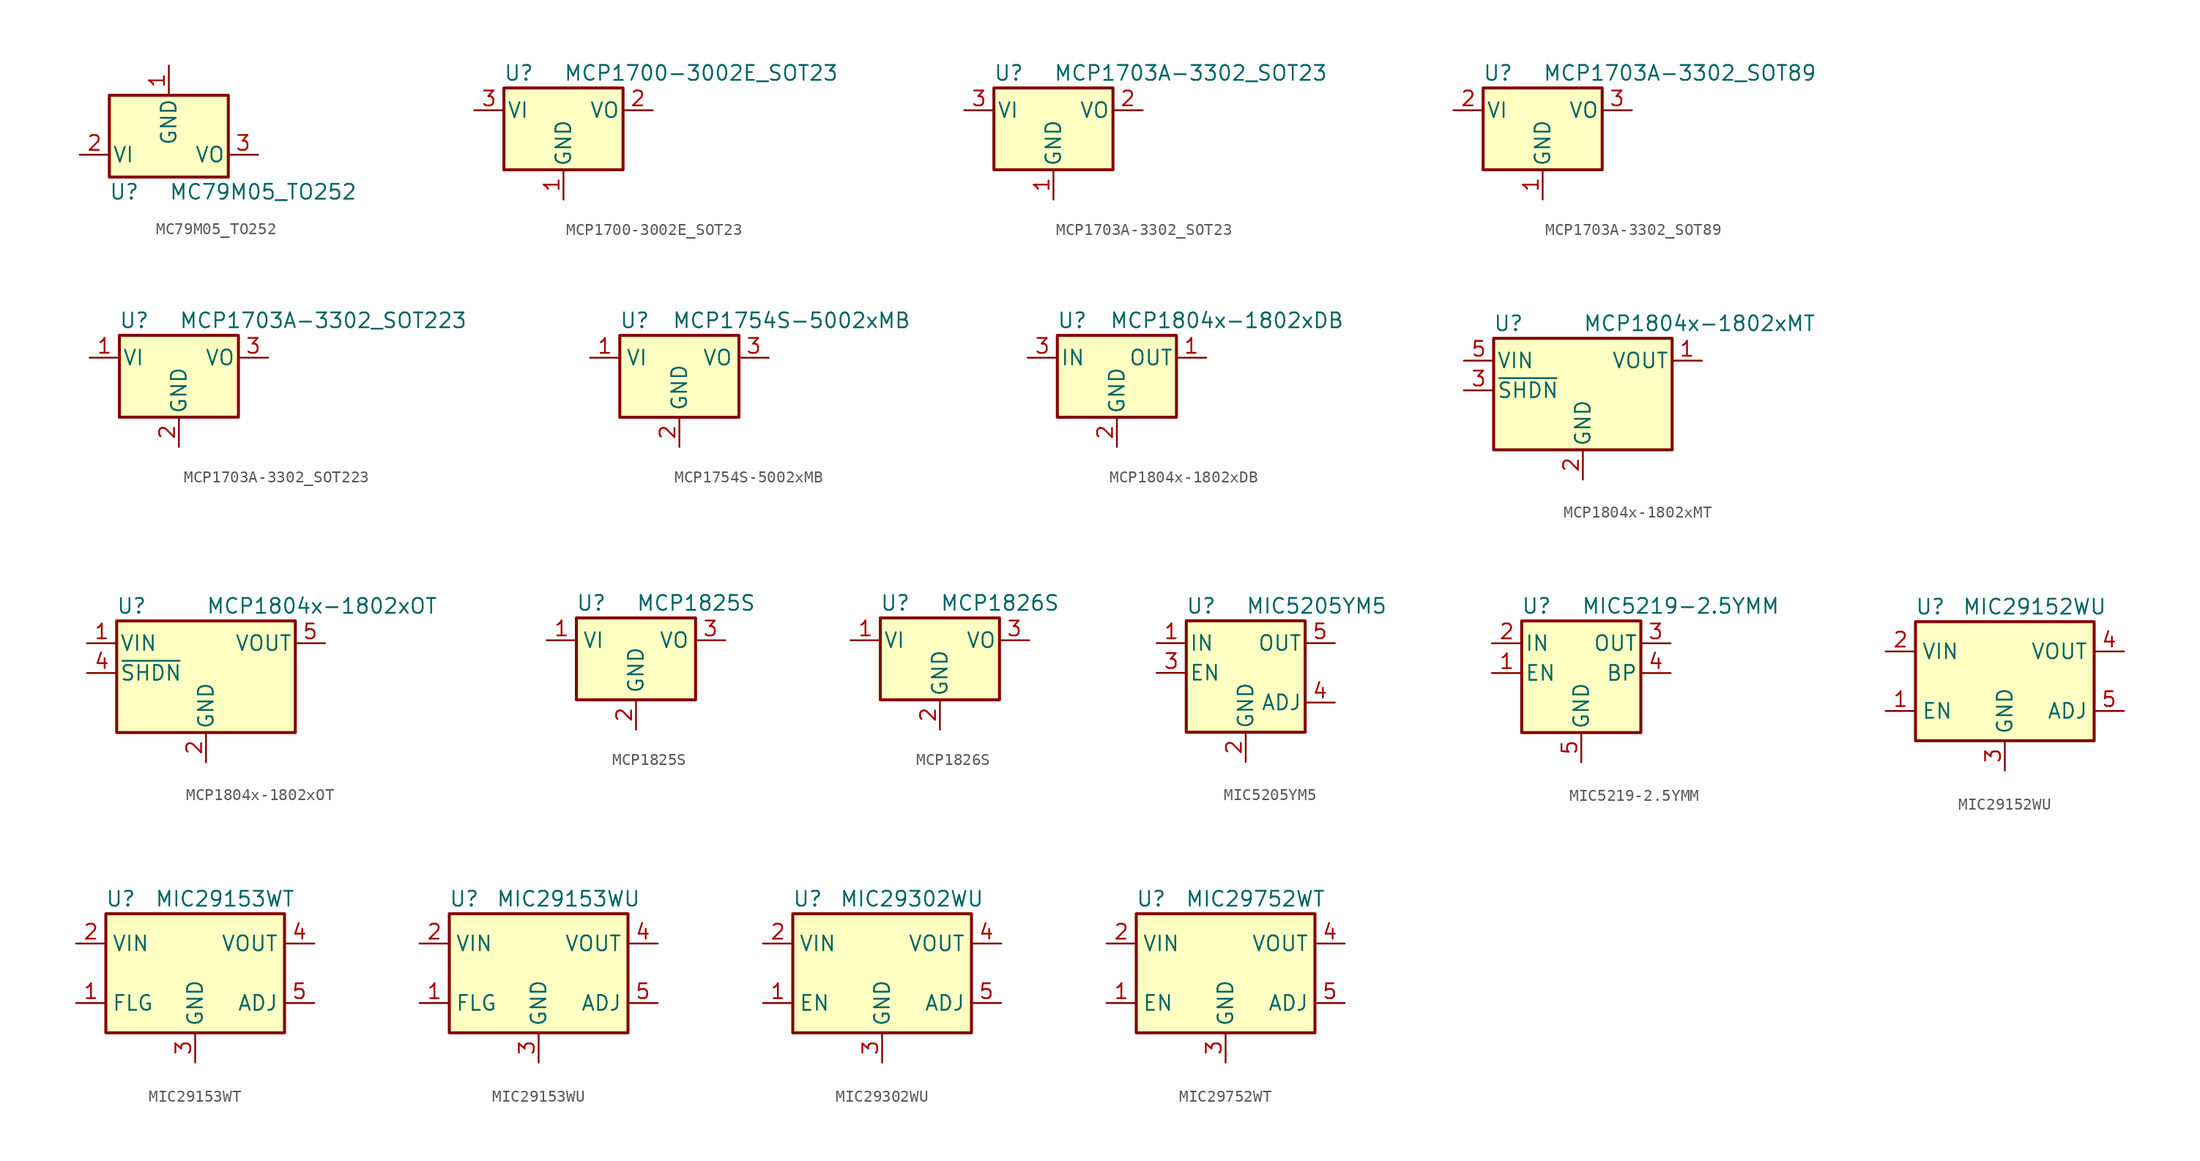
<source format=kicad_sym>
(kicad_symbol_lib
  (version 20220914)
  (generator kicad_symbol_editor)
  (symbol "MC79M05_TO252"
    (pin_names
      (offset 0.254))
    (property "Reference" "U"
      (at -3.81 -3.175 0)
      (effects (font (size 1.27 1.27))))
    (property "Value" "MC79M05_TO252"
      (at 0 -3.175 0)
      (effects (font (size 1.27 1.27)) (justify left)))
    (symbol "MC79M05_TO252_0_1"
      (rectangle (start -5.08 5.08) (end 5.08 -1.905) (stroke (width 0.254) (type solid)) (fill (type background))))
    (symbol "MC79M05_TO252_1_1"
      (pin power_in line (at 0 7.62 270) (length 2.54) (name "GND" (effects (font (size 1.27 1.27)))) (number "1" (effects (font (size 1.27 1.27)))))
      (pin power_in line (at -7.62 0 0) (length 2.54) (name "VI" (effects (font (size 1.27 1.27)))) (number "2" (effects (font (size 1.27 1.27)))))
      (pin power_out line (at 7.62 0 180) (length 2.54) (name "VO" (effects (font (size 1.27 1.27)))) (number "3" (effects (font (size 1.27 1.27)))))))
  (symbol "MCP1700-3002E_SOT23"
    (pin_names
      (offset 0.254))
    (property "Reference" "U"
      (at -3.81 3.175 0)
      (effects (font (size 1.27 1.27))))
    (property "Value" "MCP1700-3002E_SOT23"
      (at 0 3.175 0)
      (effects (font (size 1.27 1.27)) (justify left)))
    (symbol "MCP1700-3002E_SOT23_0_1"
      (rectangle (start -5.08 1.905) (end 5.08 -5.08) (stroke (width 0.254) (type solid)) (fill (type background))))
    (symbol "MCP1700-3002E_SOT23_1_1"
      (pin power_in line (at 0 -7.62 90) (length 2.54) (name "GND" (effects (font (size 1.27 1.27)))) (number "1" (effects (font (size 1.27 1.27)))))
      (pin power_out line (at 7.62 0 180) (length 2.54) (name "VO" (effects (font (size 1.27 1.27)))) (number "2" (effects (font (size 1.27 1.27)))))
      (pin power_in line (at -7.62 0 0) (length 2.54) (name "VI" (effects (font (size 1.27 1.27)))) (number "3" (effects (font (size 1.27 1.27)))))))
  (symbol "MCP1703A-3302_SOT23"
    (pin_names
      (offset 0.254))
    (property "Reference" "U"
      (at -3.81 3.175 0)
      (effects (font (size 1.27 1.27))))
    (property "Value" "MCP1703A-3302_SOT23"
      (at 0 3.175 0)
      (effects (font (size 1.27 1.27)) (justify left)))
    (symbol "MCP1703A-3302_SOT23_0_1"
      (rectangle (start -5.08 -5.08) (end 5.08 1.905) (stroke (width 0.254) (type solid)) (fill (type background))))
    (symbol "MCP1703A-3302_SOT23_1_1"
      (pin power_in line (at 0 -7.62 90) (length 2.54) (name "GND" (effects (font (size 1.27 1.27)))) (number "1" (effects (font (size 1.27 1.27)))))
      (pin power_out line (at 7.62 0 180) (length 2.54) (name "VO" (effects (font (size 1.27 1.27)))) (number "2" (effects (font (size 1.27 1.27)))))
      (pin power_in line (at -7.62 0 0) (length 2.54) (name "VI" (effects (font (size 1.27 1.27)))) (number "3" (effects (font (size 1.27 1.27)))))))
  (symbol "MCP1703A-3302_SOT89"
    (pin_names
      (offset 0.254))
    (property "Reference" "U"
      (at -3.81 3.175 0)
      (effects (font (size 1.27 1.27))))
    (property "Value" "MCP1703A-3302_SOT89"
      (at 0 3.175 0)
      (effects (font (size 1.27 1.27)) (justify left)))
    (symbol "MCP1703A-3302_SOT89_0_1"
      (rectangle (start -5.08 -5.08) (end 5.08 1.905) (stroke (width 0.254) (type solid)) (fill (type background))))
    (symbol "MCP1703A-3302_SOT89_1_1"
      (pin power_in line (at 0 -7.62 90) (length 2.54) (name "GND" (effects (font (size 1.27 1.27)))) (number "1" (effects (font (size 1.27 1.27)))))
      (pin power_in line (at -7.62 0 0) (length 2.54) (name "VI" (effects (font (size 1.27 1.27)))) (number "2" (effects (font (size 1.27 1.27)))))
      (pin power_out line (at 7.62 0 180) (length 2.54) (name "VO" (effects (font (size 1.27 1.27)))) (number "3" (effects (font (size 1.27 1.27)))))))
  (symbol "MCP1703A-3302_SOT223"
    (pin_names
      (offset 0.254))
    (property "Reference" "U"
      (at -3.81 3.175 0)
      (effects (font (size 1.27 1.27))))
    (property "Value" "MCP1703A-3302_SOT223"
      (at 0 3.175 0)
      (effects (font (size 1.27 1.27)) (justify left)))
    (symbol "MCP1703A-3302_SOT223_0_1"
      (rectangle (start -5.08 -5.08) (end 5.08 1.905) (stroke (width 0.254) (type solid)) (fill (type background))))
    (symbol "MCP1703A-3302_SOT223_1_1"
      (pin power_in line (at -7.62 0 0) (length 2.54) (name "VI" (effects (font (size 1.27 1.27)))) (number "1" (effects (font (size 1.27 1.27)))))
      (pin power_in line (at 0 -7.62 90) (length 2.54) (name "GND" (effects (font (size 1.27 1.27)))) (number "2" (effects (font (size 1.27 1.27)))))
      (pin power_out line (at 7.62 0 180) (length 2.54) (name "VO" (effects (font (size 1.27 1.27)))) (number "3" (effects (font (size 1.27 1.27)))))))
  (symbol "MCP1754S-5002xMB"
    (property "Reference" "U"
      (at -3.81 3.175 0)
      (effects (font (size 1.27 1.27))))
    (property "Value" "MCP1754S-5002xMB"
      (at -0.635 3.175 0)
      (effects (font (size 1.27 1.27)) (justify left)))
    (symbol "MCP1754S-5002xMB_0_1"
      (rectangle (start -5.08 -5.08) (end 5.08 1.905) (stroke (width 0.254) (type solid)) (fill (type background))))
    (symbol "MCP1754S-5002xMB_1_1"
      (pin power_in line (at -7.62 0 0) (length 2.54) (name "VI" (effects (font (size 1.27 1.27)))) (number "1" (effects (font (size 1.27 1.27)))))
      (pin power_in line (at 0 -7.62 90) (length 2.54) (name "GND" (effects (font (size 1.27 1.27)))) (number "2" (effects (font (size 1.27 1.27)))))
      (pin power_out line (at 7.62 0 180) (length 2.54) (name "VO" (effects (font (size 1.27 1.27)))) (number "3" (effects (font (size 1.27 1.27)))))))
  (symbol "MCP1804x-1802xDB"
    (pin_names
      (offset 0.254))
    (property "Reference" "U"
      (at -3.81 3.175 0)
      (effects (font (size 1.27 1.27))))
    (property "Value" "MCP1804x-1802xDB"
      (at -0.635 3.175 0)
      (effects (font (size 1.27 1.27)) (justify left)))
    (symbol "MCP1804x-1802xDB_0_1"
      (rectangle (start -5.08 1.905) (end 5.08 -5.08) (stroke (width 0.254) (type solid)) (fill (type background))))
    (symbol "MCP1804x-1802xDB_1_1"
      (pin power_out line (at 7.62 0 180) (length 2.54) (name "OUT" (effects (font (size 1.27 1.27)))) (number "1" (effects (font (size 1.27 1.27)))))
      (pin power_in line (at 0 -7.62 90) (length 2.54) (name "GND" (effects (font (size 1.27 1.27)))) (number "2" (effects (font (size 1.27 1.27)))))
      (pin power_in line (at -7.62 0 0) (length 2.54) (name "IN" (effects (font (size 1.27 1.27)))) (number "3" (effects (font (size 1.27 1.27)))))))
  (symbol "MCP1804x-1802xMT"
    (pin_names
      (offset 0.254))
    (property "Reference" "U"
      (at -6.35 5.715 0)
      (effects (font (size 1.27 1.27))))
    (property "Value" "MCP1804x-1802xMT"
      (at 0 5.715 0)
      (effects (font (size 1.27 1.27)) (justify left)))
    (symbol "MCP1804x-1802xMT_0_1"
      (rectangle (start -7.62 -5.08) (end 7.62 4.445) (stroke (width 0.254) (type solid)) (fill (type background))))
    (symbol "MCP1804x-1802xMT_1_1"
      (pin power_out line (at 10.16 2.54 180) (length 2.54) (name "VOUT" (effects (font (size 1.27 1.27)))) (number "1" (effects (font (size 1.27 1.27)))))
      (pin power_in line (at 0 -7.62 90) (length 2.54) (name "GND" (effects (font (size 1.27 1.27)))) (number "2" (effects (font (size 1.27 1.27)))))
      (pin input line (at -10.16 0 0) (length 2.54) (name "~{SHDN}" (effects (font (size 1.27 1.27)))) (number "3" (effects (font (size 1.27 1.27)))))
      (pin no_connect line (at 7.62 0 180) (length 2.54) hide (name "NC" (effects (font (size 1.27 1.27)))) (number "4" (effects (font (size 1.27 1.27)))))
      (pin power_in line (at -10.16 2.54 0) (length 2.54) (name "VIN" (effects (font (size 1.27 1.27)))) (number "5" (effects (font (size 1.27 1.27)))))))
  (symbol "MCP1804x-1802xOT"
    (pin_names
      (offset 0.254))
    (property "Reference" "U"
      (at -6.35 5.715 0)
      (effects (font (size 1.27 1.27))))
    (property "Value" "MCP1804x-1802xOT"
      (at 0 5.715 0)
      (effects (font (size 1.27 1.27)) (justify left)))
    (symbol "MCP1804x-1802xOT_0_1"
      (rectangle (start -7.62 -5.08) (end 7.62 4.445) (stroke (width 0.254) (type solid)) (fill (type background))))
    (symbol "MCP1804x-1802xOT_1_1"
      (pin power_in line (at -10.16 2.54 0) (length 2.54) (name "VIN" (effects (font (size 1.27 1.27)))) (number "1" (effects (font (size 1.27 1.27)))))
      (pin power_in line (at 0 -7.62 90) (length 2.54) (name "GND" (effects (font (size 1.27 1.27)))) (number "2" (effects (font (size 1.27 1.27)))))
      (pin no_connect line (at 7.62 0 180) (length 2.54) hide (name "NC" (effects (font (size 1.27 1.27)))) (number "3" (effects (font (size 1.27 1.27)))))
      (pin input line (at -10.16 0 0) (length 2.54) (name "~{SHDN}" (effects (font (size 1.27 1.27)))) (number "4" (effects (font (size 1.27 1.27)))))
      (pin power_out line (at 10.16 2.54 180) (length 2.54) (name "VOUT" (effects (font (size 1.27 1.27)))) (number "5" (effects (font (size 1.27 1.27)))))))
  (symbol "MCP1825S"
    (property "Reference" "U"
      (at -3.81 3.175 0)
      (effects (font (size 1.27 1.27))))
    (property "Value" "MCP1825S"
      (at 0 3.175 0)
      (effects (font (size 1.27 1.27)) (justify left)))
    (symbol "MCP1825S_0_1"
      (rectangle (start -5.08 1.905) (end 5.08 -5.08) (stroke (width 0.254) (type solid)) (fill (type background))))
    (symbol "MCP1825S_1_1"
      (pin power_in line (at -7.62 0 0) (length 2.54) (name "VI" (effects (font (size 1.27 1.27)))) (number "1" (effects (font (size 1.27 1.27)))))
      (pin power_in line (at 0 -7.62 90) (length 2.54) (name "GND" (effects (font (size 1.27 1.27)))) (number "2" (effects (font (size 1.27 1.27)))))
      (pin power_out line (at 7.62 0 180) (length 2.54) (name "VO" (effects (font (size 1.27 1.27)))) (number "3" (effects (font (size 1.27 1.27)))))))
  (symbol "MCP1826S"
    (pin_names
      (offset 0.254))
    (property "Reference" "U"
      (at -3.81 3.175 0)
      (effects (font (size 1.27 1.27))))
    (property "Value" "MCP1826S"
      (at 0 3.175 0)
      (effects (font (size 1.27 1.27)) (justify left)))
    (symbol "MCP1826S_0_1"
      (rectangle (start -5.08 1.905) (end 5.08 -5.08) (stroke (width 0.254) (type solid)) (fill (type background))))
    (symbol "MCP1826S_1_1"
      (pin power_in line (at -7.62 0 0) (length 2.54) (name "VI" (effects (font (size 1.27 1.27)))) (number "1" (effects (font (size 1.27 1.27)))))
      (pin power_in line (at 0 -7.62 90) (length 2.54) (name "GND" (effects (font (size 1.27 1.27)))) (number "2" (effects (font (size 1.27 1.27)))))
      (pin power_out line (at 7.62 0 180) (length 2.54) (name "VO" (effects (font (size 1.27 1.27)))) (number "3" (effects (font (size 1.27 1.27)))))))
  (symbol "MIC5205YM5"
    (pin_names
      (offset 0.254))
    (property "Reference" "U"
      (at -3.81 5.715 0)
      (effects (font (size 1.27 1.27))))
    (property "Value" "MIC5205YM5"
      (at 0 5.715 0)
      (effects (font (size 1.27 1.27)) (justify left)))
    (symbol "MIC5205YM5_0_1"
      (rectangle (start -5.08 4.445) (end 5.08 -5.08) (stroke (width 0.254) (type solid)) (fill (type background))))
    (symbol "MIC5205YM5_1_1"
      (pin power_in line (at -7.62 2.54 0) (length 2.54) (name "IN" (effects (font (size 1.27 1.27)))) (number "1" (effects (font (size 1.27 1.27)))))
      (pin power_in line (at 0 -7.62 90) (length 2.54) (name "GND" (effects (font (size 1.27 1.27)))) (number "2" (effects (font (size 1.27 1.27)))))
      (pin input line (at -7.62 0 0) (length 2.54) (name "EN" (effects (font (size 1.27 1.27)))) (number "3" (effects (font (size 1.27 1.27)))))
      (pin input line (at 7.62 -2.54 180) (length 2.54) (name "ADJ" (effects (font (size 1.27 1.27)))) (number "4" (effects (font (size 1.27 1.27)))))
      (pin power_out line (at 7.62 2.54 180) (length 2.54) (name "OUT" (effects (font (size 1.27 1.27)))) (number "5" (effects (font (size 1.27 1.27)))))))
  (symbol "MIC5219-2.5YMM"
    (pin_names
      (offset 0.254))
    (property "Reference" "U"
      (at -3.81 5.715 0)
      (effects (font (size 1.27 1.27))))
    (property "Value" "MIC5219-2.5YMM"
      (at 0 5.715 0)
      (effects (font (size 1.27 1.27)) (justify left)))
    (symbol "MIC5219-2.5YMM_0_1"
      (rectangle (start -5.08 4.445) (end 5.08 -5.08) (stroke (width 0.254) (type solid)) (fill (type background))))
    (symbol "MIC5219-2.5YMM_1_1"
      (pin input line (at -7.62 0 0) (length 2.54) (name "EN" (effects (font (size 1.27 1.27)))) (number "1" (effects (font (size 1.27 1.27)))))
      (pin power_in line (at -7.62 2.54 0) (length 2.54) (name "IN" (effects (font (size 1.27 1.27)))) (number "2" (effects (font (size 1.27 1.27)))))
      (pin power_out line (at 7.62 2.54 180) (length 2.54) (name "OUT" (effects (font (size 1.27 1.27)))) (number "3" (effects (font (size 1.27 1.27)))))
      (pin input line (at 7.62 0 180) (length 2.54) (name "BP" (effects (font (size 1.27 1.27)))) (number "4" (effects (font (size 1.27 1.27)))))
      (pin power_in line (at 0 -7.62 90) (length 2.54) (name "GND" (effects (font (size 1.27 1.27)))) (number "5" (effects (font (size 1.27 1.27)))))
      (pin passive line (at 0 -7.62 90) (length 2.54) hide (name "GND" (effects (font (size 1.27 1.27)))) (number "6" (effects (font (size 1.27 1.27)))))
      (pin passive line (at 0 -7.62 90) (length 2.54) hide (name "GND" (effects (font (size 1.27 1.27)))) (number "7" (effects (font (size 1.27 1.27)))))
      (pin passive line (at 0 -7.62 90) (length 2.54) hide (name "GND" (effects (font (size 1.27 1.27)))) (number "8" (effects (font (size 1.27 1.27)))))))
  (symbol "MIC29152WU"
    (property "Reference" "U"
      (at -6.35 6.35 0)
      (effects (font (size 1.27 1.27))))
    (property "Value" "MIC29152WU"
      (at 2.54 6.35 0)
      (effects (font (size 1.27 1.27))))
    (symbol "MIC29152WU_1_1"
      (rectangle (start -7.62 5.08) (end 7.62 -5.08) (stroke (width 0.254) (type solid)) (fill (type background)))
      (pin input line (at -10.16 -2.54 0) (length 2.54) (name "EN" (effects (font (size 1.27 1.27)))) (number "1" (effects (font (size 1.27 1.27)))))
      (pin power_in line (at -10.16 2.54 0) (length 2.54) (name "VIN" (effects (font (size 1.27 1.27)))) (number "2" (effects (font (size 1.27 1.27)))))
      (pin power_in line (at 0 -7.62 90) (length 2.54) (name "GND" (effects (font (size 1.27 1.27)))) (number "3" (effects (font (size 1.27 1.27)))))
      (pin power_out line (at 10.16 2.54 180) (length 2.54) (name "VOUT" (effects (font (size 1.27 1.27)))) (number "4" (effects (font (size 1.27 1.27)))))
      (pin input line (at 10.16 -2.54 180) (length 2.54) (name "ADJ" (effects (font (size 1.27 1.27)))) (number "5" (effects (font (size 1.27 1.27)))))))
  (symbol "MIC29153WT"
    (property "Reference" "U"
      (at -6.35 6.35 0)
      (effects (font (size 1.27 1.27))))
    (property "Value" "MIC29153WT"
      (at 2.54 6.35 0)
      (effects (font (size 1.27 1.27))))
    (symbol "MIC29153WT_1_1"
      (rectangle (start -7.62 5.08) (end 7.62 -5.08) (stroke (width 0.254) (type solid)) (fill (type background)))
      (pin open_collector line (at -10.16 -2.54 0) (length 2.54) (name "FLG" (effects (font (size 1.27 1.27)))) (number "1" (effects (font (size 1.27 1.27)))))
      (pin power_in line (at -10.16 2.54 0) (length 2.54) (name "VIN" (effects (font (size 1.27 1.27)))) (number "2" (effects (font (size 1.27 1.27)))))
      (pin power_in line (at 0 -7.62 90) (length 2.54) (name "GND" (effects (font (size 1.27 1.27)))) (number "3" (effects (font (size 1.27 1.27)))))
      (pin power_out line (at 10.16 2.54 180) (length 2.54) (name "VOUT" (effects (font (size 1.27 1.27)))) (number "4" (effects (font (size 1.27 1.27)))))
      (pin input line (at 10.16 -2.54 180) (length 2.54) (name "ADJ" (effects (font (size 1.27 1.27)))) (number "5" (effects (font (size 1.27 1.27)))))))
  (symbol "MIC29153WU"
    (property "Reference" "U"
      (at -6.35 6.35 0)
      (effects (font (size 1.27 1.27))))
    (property "Value" "MIC29153WU"
      (at 2.54 6.35 0)
      (effects (font (size 1.27 1.27))))
    (symbol "MIC29153WU_1_1"
      (rectangle (start -7.62 5.08) (end 7.62 -5.08) (stroke (width 0.254) (type solid)) (fill (type background)))
      (pin open_collector line (at -10.16 -2.54 0) (length 2.54) (name "FLG" (effects (font (size 1.27 1.27)))) (number "1" (effects (font (size 1.27 1.27)))))
      (pin power_in line (at -10.16 2.54 0) (length 2.54) (name "VIN" (effects (font (size 1.27 1.27)))) (number "2" (effects (font (size 1.27 1.27)))))
      (pin power_in line (at 0 -7.62 90) (length 2.54) (name "GND" (effects (font (size 1.27 1.27)))) (number "3" (effects (font (size 1.27 1.27)))))
      (pin power_out line (at 10.16 2.54 180) (length 2.54) (name "VOUT" (effects (font (size 1.27 1.27)))) (number "4" (effects (font (size 1.27 1.27)))))
      (pin input line (at 10.16 -2.54 180) (length 2.54) (name "ADJ" (effects (font (size 1.27 1.27)))) (number "5" (effects (font (size 1.27 1.27)))))))
  (symbol "MIC29302WU"
    (property "Reference" "U"
      (at -6.35 6.35 0)
      (effects (font (size 1.27 1.27))))
    (property "Value" "MIC29302WU"
      (at 2.54 6.35 0)
      (effects (font (size 1.27 1.27))))
    (symbol "MIC29302WU_1_1"
      (rectangle (start -7.62 5.08) (end 7.62 -5.08) (stroke (width 0.254) (type solid)) (fill (type background)))
      (pin input line (at -10.16 -2.54 0) (length 2.54) (name "EN" (effects (font (size 1.27 1.27)))) (number "1" (effects (font (size 1.27 1.27)))))
      (pin power_in line (at -10.16 2.54 0) (length 2.54) (name "VIN" (effects (font (size 1.27 1.27)))) (number "2" (effects (font (size 1.27 1.27)))))
      (pin power_in line (at 0 -7.62 90) (length 2.54) (name "GND" (effects (font (size 1.27 1.27)))) (number "3" (effects (font (size 1.27 1.27)))))
      (pin power_out line (at 10.16 2.54 180) (length 2.54) (name "VOUT" (effects (font (size 1.27 1.27)))) (number "4" (effects (font (size 1.27 1.27)))))
      (pin input line (at 10.16 -2.54 180) (length 2.54) (name "ADJ" (effects (font (size 1.27 1.27)))) (number "5" (effects (font (size 1.27 1.27)))))))
  (symbol "MIC29752WT"
    (property "Reference" "U"
      (at -6.35 6.35 0)
      (effects (font (size 1.27 1.27))))
    (property "Value" "MIC29752WT"
      (at 2.54 6.35 0)
      (effects (font (size 1.27 1.27))))
    (symbol "MIC29752WT_1_1"
      (rectangle (start -7.62 5.08) (end 7.62 -5.08) (stroke (width 0.254) (type solid)) (fill (type background)))
      (pin input line (at -10.16 -2.54 0) (length 2.54) (name "EN" (effects (font (size 1.27 1.27)))) (number "1" (effects (font (size 1.27 1.27)))))
      (pin power_in line (at -10.16 2.54 0) (length 2.54) (name "VIN" (effects (font (size 1.27 1.27)))) (number "2" (effects (font (size 1.27 1.27)))))
      (pin power_in line (at 0 -7.62 90) (length 2.54) (name "GND" (effects (font (size 1.27 1.27)))) (number "3" (effects (font (size 1.27 1.27)))))
      (pin power_out line (at 10.16 2.54 180) (length 2.54) (name "VOUT" (effects (font (size 1.27 1.27)))) (number "4" (effects (font (size 1.27 1.27)))))
      (pin input line (at 10.16 -2.54 180) (length 2.54) (name "ADJ" (effects (font (size 1.27 1.27)))) (number "5" (effects (font (size 1.27 1.27))))))))
</source>
